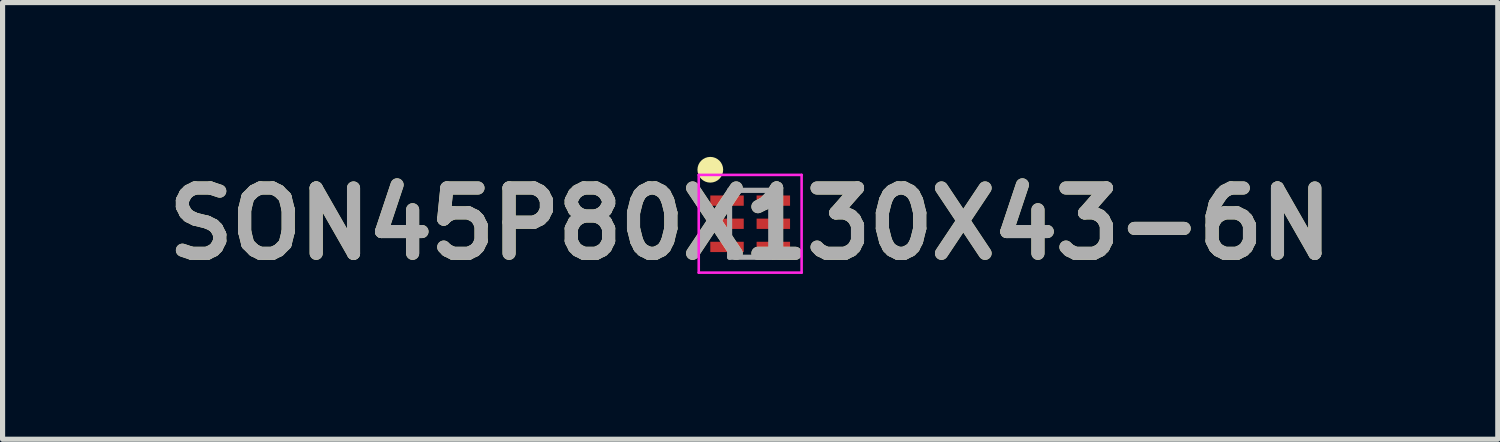
<source format=kicad_pcb>
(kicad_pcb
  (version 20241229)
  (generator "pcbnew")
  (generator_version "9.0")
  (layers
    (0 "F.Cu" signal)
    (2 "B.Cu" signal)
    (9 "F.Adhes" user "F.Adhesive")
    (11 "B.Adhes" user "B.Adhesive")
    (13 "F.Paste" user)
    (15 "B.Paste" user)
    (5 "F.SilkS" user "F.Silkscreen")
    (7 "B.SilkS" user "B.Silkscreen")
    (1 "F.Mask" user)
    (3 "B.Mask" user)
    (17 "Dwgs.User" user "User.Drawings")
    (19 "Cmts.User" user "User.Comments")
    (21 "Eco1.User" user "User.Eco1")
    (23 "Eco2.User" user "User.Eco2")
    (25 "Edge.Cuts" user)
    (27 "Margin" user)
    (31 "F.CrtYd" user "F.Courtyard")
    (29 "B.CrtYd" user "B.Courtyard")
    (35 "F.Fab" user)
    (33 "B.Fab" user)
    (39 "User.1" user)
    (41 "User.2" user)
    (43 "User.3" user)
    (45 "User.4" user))
  (footprint "SON45P80X130X43-6N"
    (layer "F.Cu")
    (at 11.533 1.3)
    (property "Reference" "SON45P80X130X43-6N" (at 0 0 0) (layer "F.SilkS") (effects (font (size 1.27 1.27) (thickness 0.254))))
    (attr smd)
    (fp_circle (center -0.775 -1.05) (end -0.775 -0.925) (stroke (width 0.25) (type solid)) (fill no) (layer "F.SilkS"))
    (fp_line (start -1 -0.95) (end 1 -0.95) (stroke (width 0.05) (type solid)) (layer "F.CrtYd"))
    (fp_line (start -1 0.95) (end -1 -0.95) (stroke (width 0.05) (type solid)) (layer "F.CrtYd"))
    (fp_line (start 1 -0.95) (end 1 0.95) (stroke (width 0.05) (type solid)) (layer "F.CrtYd"))
    (fp_line (start 1 0.95) (end -1 0.95) (stroke (width 0.05) (type solid)) (layer "F.CrtYd"))
    (fp_line (start -0.4 -0.65) (end 0.4 -0.65) (stroke (width 0.1) (type solid)) (layer "F.Fab"))
    (fp_line (start -0.4 -0.45) (end -0.2 -0.65) (stroke (width 0.1) (type solid)) (layer "F.Fab"))
    (fp_line (start -0.4 0.65) (end -0.4 -0.65) (stroke (width 0.1) (type solid)) (layer "F.Fab"))
    (fp_line (start 0.4 -0.65) (end 0.4 0.65) (stroke (width 0.1) (type solid)) (layer "F.Fab"))
    (fp_line (start 0.4 0.65) (end -0.4 0.65) (stroke (width 0.1) (type solid)) (layer "F.Fab"))
    (fp_text user "${REFERENCE}" (at 0 0 0) (layer "F.Fab") (effects (font (size 1.27 1.27) (thickness 0.254))))
    (pad "1" smd rect (at -0.45 -0.45 90) (size 0.2 0.65) (layers "F.Cu" "F.Mask" "F.Paste"))
    (pad "2" smd rect (at -0.45 0 90) (size 0.2 0.65) (layers "F.Cu" "F.Mask" "F.Paste"))
    (pad "3" smd rect (at -0.45 0.45 90) (size 0.2 0.65) (layers "F.Cu" "F.Mask" "F.Paste"))
    (pad "4" smd rect (at 0.45 0.45 90) (size 0.2 0.65) (layers "F.Cu" "F.Mask" "F.Paste"))
    (pad "5" smd rect (at 0.45 0 90) (size 0.2 0.65) (layers "F.Cu" "F.Mask" "F.Paste"))
    (pad "6" smd rect (at 0.45 -0.45 90) (size 0.2 0.65) (layers "F.Cu" "F.Mask" "F.Paste")))
  (gr_rect
    (start -3 -3)
    (end 26.066 5.489)
    (stroke (width 0.1) (type default))
    (fill no)
    (layer "Edge.Cuts")))
</source>
